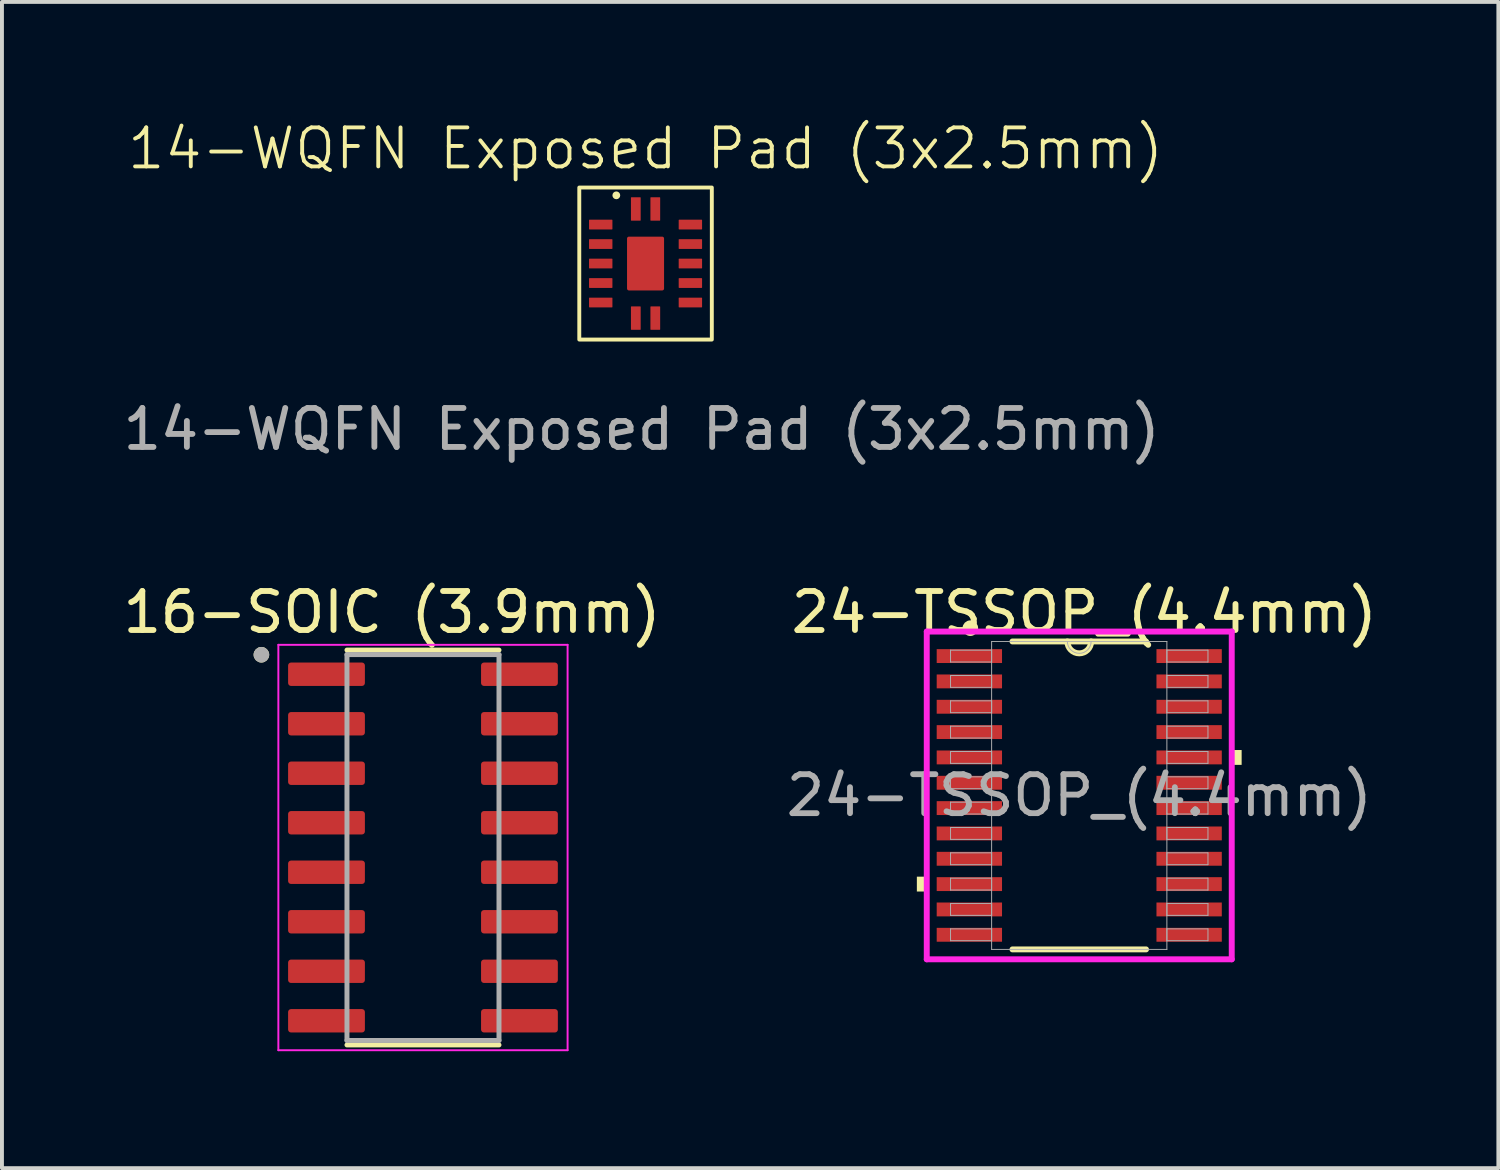
<source format=kicad_pcb>
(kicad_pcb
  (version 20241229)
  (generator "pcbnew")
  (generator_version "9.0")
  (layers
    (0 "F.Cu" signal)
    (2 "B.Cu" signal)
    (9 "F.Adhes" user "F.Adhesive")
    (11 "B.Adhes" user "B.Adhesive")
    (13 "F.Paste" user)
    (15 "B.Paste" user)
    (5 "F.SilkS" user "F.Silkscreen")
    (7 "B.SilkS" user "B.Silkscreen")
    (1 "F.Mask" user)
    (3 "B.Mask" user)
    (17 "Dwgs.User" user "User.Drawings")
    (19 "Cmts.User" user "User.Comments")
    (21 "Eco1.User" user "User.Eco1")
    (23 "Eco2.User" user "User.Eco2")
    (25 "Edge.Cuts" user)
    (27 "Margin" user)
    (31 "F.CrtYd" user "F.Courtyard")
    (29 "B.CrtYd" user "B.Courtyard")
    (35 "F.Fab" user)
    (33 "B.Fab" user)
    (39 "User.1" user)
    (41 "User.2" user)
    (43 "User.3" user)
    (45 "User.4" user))
  (footprint "16-SOIC (3.9mm)"
    (layer "F.Cu")
    (at 7.801 18.692)
    (property "Reference" "16-SOIC (3.9mm)" (at -0.795 -6.035 0) (layer "F.SilkS") (effects (font (size 1 1) (thickness 0.15))))
    (attr smd)
    (fp_line (start -1.95 -5.065) (end 1.95 -5.065) (stroke (width 0.127) (type solid)) (layer "F.SilkS"))
    (fp_line (start -1.95 5.065) (end 1.95 5.065) (stroke (width 0.127) (type solid)) (layer "F.SilkS"))
    (fp_circle (center -4.145 -4.945) (end -4.045 -4.945) (stroke (width 0.2) (type solid)) (fill no) (layer "F.SilkS"))
    (fp_line (start -3.71 -5.2) (end -3.71 5.2) (stroke (width 0.05) (type solid)) (layer "F.CrtYd"))
    (fp_line (start -3.71 -5.2) (end 3.71 -5.2) (stroke (width 0.05) (type solid)) (layer "F.CrtYd"))
    (fp_line (start -3.71 5.2) (end 3.71 5.2) (stroke (width 0.05) (type solid)) (layer "F.CrtYd"))
    (fp_line (start 3.71 -5.2) (end 3.71 5.2) (stroke (width 0.05) (type solid)) (layer "F.CrtYd"))
    (fp_line (start -1.95 -4.95) (end -1.95 4.95) (stroke (width 0.127) (type solid)) (layer "F.Fab"))
    (fp_line (start -1.95 -4.95) (end 1.95 -4.95) (stroke (width 0.127) (type solid)) (layer "F.Fab"))
    (fp_line (start -1.95 4.95) (end 1.95 4.95) (stroke (width 0.127) (type solid)) (layer "F.Fab"))
    (fp_line (start 1.95 -4.95) (end 1.95 4.95) (stroke (width 0.127) (type solid)) (layer "F.Fab"))
    (fp_circle (center -4.145 -4.945) (end -4.045 -4.945) (stroke (width 0.2) (type solid)) (fill no) (layer "F.Fab"))
    (pad "1" smd roundrect (at -2.475 -4.445) (size 1.97 0.6) (layers "F.Cu" "F.Mask" "F.Paste") (roundrect_rratio 0.125))
    (pad "2" smd roundrect (at -2.475 -3.175) (size 1.97 0.6) (layers "F.Cu" "F.Mask" "F.Paste") (roundrect_rratio 0.125))
    (pad "3" smd roundrect (at -2.475 -1.905) (size 1.97 0.6) (layers "F.Cu" "F.Mask" "F.Paste") (roundrect_rratio 0.125))
    (pad "4" smd roundrect (at -2.475 -0.635) (size 1.97 0.6) (layers "F.Cu" "F.Mask" "F.Paste") (roundrect_rratio 0.125))
    (pad "5" smd roundrect (at -2.475 0.635) (size 1.97 0.6) (layers "F.Cu" "F.Mask" "F.Paste") (roundrect_rratio 0.125))
    (pad "6" smd roundrect (at -2.475 1.905) (size 1.97 0.6) (layers "F.Cu" "F.Mask" "F.Paste") (roundrect_rratio 0.125))
    (pad "7" smd roundrect (at -2.475 3.175) (size 1.97 0.6) (layers "F.Cu" "F.Mask" "F.Paste") (roundrect_rratio 0.125))
    (pad "8" smd roundrect (at -2.475 4.445) (size 1.97 0.6) (layers "F.Cu" "F.Mask" "F.Paste") (roundrect_rratio 0.125))
    (pad "9" smd roundrect (at 2.475 4.445) (size 1.97 0.6) (layers "F.Cu" "F.Mask" "F.Paste") (roundrect_rratio 0.125))
    (pad "10" smd roundrect (at 2.475 3.175) (size 1.97 0.6) (layers "F.Cu" "F.Mask" "F.Paste") (roundrect_rratio 0.125))
    (pad "11" smd roundrect (at 2.475 1.905) (size 1.97 0.6) (layers "F.Cu" "F.Mask" "F.Paste") (roundrect_rratio 0.125))
    (pad "12" smd roundrect (at 2.475 0.635) (size 1.97 0.6) (layers "F.Cu" "F.Mask" "F.Paste") (roundrect_rratio 0.125))
    (pad "13" smd roundrect (at 2.475 -0.635) (size 1.97 0.6) (layers "F.Cu" "F.Mask" "F.Paste") (roundrect_rratio 0.125))
    (pad "14" smd roundrect (at 2.475 -1.905) (size 1.97 0.6) (layers "F.Cu" "F.Mask" "F.Paste") (roundrect_rratio 0.125))
    (pad "15" smd roundrect (at 2.475 -3.175) (size 1.97 0.6) (layers "F.Cu" "F.Mask" "F.Paste") (roundrect_rratio 0.125))
    (pad "16" smd roundrect (at 2.475 -4.445) (size 1.97 0.6) (layers "F.Cu" "F.Mask" "F.Paste") (roundrect_rratio 0.125)))
  (footprint "24-TSSOP_(4.4mm)"
    (layer "F.Cu")
    (at 24.637 17.356)
    (property "Reference" "24-TSSOP_(4.4mm)" (at 0.127 -4.699 0) (unlocked yes) (layer "F.SilkS") (effects (font (size 1 1) (thickness 0.15))))
    (attr smd)
    (fp_line (start -1.713 3.95) (end 1.713 3.95) (stroke (width 0.152) (type solid)) (layer "F.SilkS"))
    (fp_line (start 1.713 -3.95) (end -1.713 -3.95) (stroke (width 0.152) (type solid)) (layer "F.SilkS"))
    (fp_arc (start 0.3048 -3.9497) (mid 0 -3.6449) (end -0.3048 -3.9497) (stroke (width 0.1524) (type solid)) (layer "F.SilkS"))
    (fp_circle (center -2.794 -4.291) (end -2.694 -4.291) (stroke (width 0.2) (type solid)) (fill no) (layer "F.SilkS"))
    (fp_poly (pts (xy -4.166 2.084) (xy -4.166 2.465) (xy -3.912 2.465) (xy -3.912 2.084)) (stroke (width 0) (type solid)) (fill yes) (layer "F.SilkS"))
    (fp_poly (pts (xy 4.166 -1.165) (xy 4.166 -0.784) (xy 3.912 -0.784) (xy 3.912 -1.165)) (stroke (width 0) (type solid)) (fill yes) (layer "F.SilkS"))
    (fp_line (start -3.912 -4.204) (end 3.912 -4.204) (stroke (width 0.152) (type solid)) (layer "F.CrtYd"))
    (fp_line (start -3.912 4.204) (end -3.912 -4.204) (stroke (width 0.152) (type solid)) (layer "F.CrtYd"))
    (fp_line (start 3.912 -4.204) (end 3.912 4.204) (stroke (width 0.152) (type solid)) (layer "F.CrtYd"))
    (fp_line (start 3.912 4.204) (end -3.912 4.204) (stroke (width 0.152) (type solid)) (layer "F.CrtYd"))
    (fp_line (start -3.302 -3.727) (end -3.302 -3.423) (stroke (width 0.025) (type solid)) (layer "F.Fab"))
    (fp_line (start -3.302 -3.423) (end -2.248 -3.423) (stroke (width 0.025) (type solid)) (layer "F.Fab"))
    (fp_line (start -3.302 -3.077) (end -3.302 -2.773) (stroke (width 0.025) (type solid)) (layer "F.Fab"))
    (fp_line (start -3.302 -2.773) (end -2.248 -2.773) (stroke (width 0.025) (type solid)) (layer "F.Fab"))
    (fp_line (start -3.302 -2.427) (end -3.302 -2.123) (stroke (width 0.025) (type solid)) (layer "F.Fab"))
    (fp_line (start -3.302 -2.123) (end -2.248 -2.123) (stroke (width 0.025) (type solid)) (layer "F.Fab"))
    (fp_line (start -3.302 -1.777) (end -3.302 -1.473) (stroke (width 0.025) (type solid)) (layer "F.Fab"))
    (fp_line (start -3.302 -1.473) (end -2.248 -1.473) (stroke (width 0.025) (type solid)) (layer "F.Fab"))
    (fp_line (start -3.302 -1.127) (end -3.302 -0.823) (stroke (width 0.025) (type solid)) (layer "F.Fab"))
    (fp_line (start -3.302 -0.823) (end -2.248 -0.823) (stroke (width 0.025) (type solid)) (layer "F.Fab"))
    (fp_line (start -3.302 -0.477) (end -3.302 -0.173) (stroke (width 0.025) (type solid)) (layer "F.Fab"))
    (fp_line (start -3.302 -0.173) (end -2.248 -0.173) (stroke (width 0.025) (type solid)) (layer "F.Fab"))
    (fp_line (start -3.302 0.173) (end -3.302 0.477) (stroke (width 0.025) (type solid)) (layer "F.Fab"))
    (fp_line (start -3.302 0.477) (end -2.248 0.477) (stroke (width 0.025) (type solid)) (layer "F.Fab"))
    (fp_line (start -3.302 0.823) (end -3.302 1.127) (stroke (width 0.025) (type solid)) (layer "F.Fab"))
    (fp_line (start -3.302 1.127) (end -2.248 1.127) (stroke (width 0.025) (type solid)) (layer "F.Fab"))
    (fp_line (start -3.302 1.473) (end -3.302 1.777) (stroke (width 0.025) (type solid)) (layer "F.Fab"))
    (fp_line (start -3.302 1.777) (end -2.248 1.777) (stroke (width 0.025) (type solid)) (layer "F.Fab"))
    (fp_line (start -3.302 2.123) (end -3.302 2.427) (stroke (width 0.025) (type solid)) (layer "F.Fab"))
    (fp_line (start -3.302 2.427) (end -2.248 2.427) (stroke (width 0.025) (type solid)) (layer "F.Fab"))
    (fp_line (start -3.302 2.773) (end -3.302 3.077) (stroke (width 0.025) (type solid)) (layer "F.Fab"))
    (fp_line (start -3.302 3.077) (end -2.248 3.077) (stroke (width 0.025) (type solid)) (layer "F.Fab"))
    (fp_line (start -3.302 3.423) (end -3.302 3.727) (stroke (width 0.025) (type solid)) (layer "F.Fab"))
    (fp_line (start -3.302 3.727) (end -2.248 3.727) (stroke (width 0.025) (type solid)) (layer "F.Fab"))
    (fp_line (start -2.248 -3.95) (end -2.248 3.95) (stroke (width 0.025) (type solid)) (layer "F.Fab"))
    (fp_line (start -2.248 -3.727) (end -3.302 -3.727) (stroke (width 0.025) (type solid)) (layer "F.Fab"))
    (fp_line (start -2.248 -3.423) (end -2.248 -3.727) (stroke (width 0.025) (type solid)) (layer "F.Fab"))
    (fp_line (start -2.248 -3.077) (end -3.302 -3.077) (stroke (width 0.025) (type solid)) (layer "F.Fab"))
    (fp_line (start -2.248 -2.773) (end -2.248 -3.077) (stroke (width 0.025) (type solid)) (layer "F.Fab"))
    (fp_line (start -2.248 -2.427) (end -3.302 -2.427) (stroke (width 0.025) (type solid)) (layer "F.Fab"))
    (fp_line (start -2.248 -2.123) (end -2.248 -2.427) (stroke (width 0.025) (type solid)) (layer "F.Fab"))
    (fp_line (start -2.248 -1.777) (end -3.302 -1.777) (stroke (width 0.025) (type solid)) (layer "F.Fab"))
    (fp_line (start -2.248 -1.473) (end -2.248 -1.777) (stroke (width 0.025) (type solid)) (layer "F.Fab"))
    (fp_line (start -2.248 -1.127) (end -3.302 -1.127) (stroke (width 0.025) (type solid)) (layer "F.Fab"))
    (fp_line (start -2.248 -0.823) (end -2.248 -1.127) (stroke (width 0.025) (type solid)) (layer "F.Fab"))
    (fp_line (start -2.248 -0.477) (end -3.302 -0.477) (stroke (width 0.025) (type solid)) (layer "F.Fab"))
    (fp_line (start -2.248 -0.173) (end -2.248 -0.477) (stroke (width 0.025) (type solid)) (layer "F.Fab"))
    (fp_line (start -2.248 0.173) (end -3.302 0.173) (stroke (width 0.025) (type solid)) (layer "F.Fab"))
    (fp_line (start -2.248 0.477) (end -2.248 0.173) (stroke (width 0.025) (type solid)) (layer "F.Fab"))
    (fp_line (start -2.248 0.823) (end -3.302 0.823) (stroke (width 0.025) (type solid)) (layer "F.Fab"))
    (fp_line (start -2.248 1.127) (end -2.248 0.823) (stroke (width 0.025) (type solid)) (layer "F.Fab"))
    (fp_line (start -2.248 1.473) (end -3.302 1.473) (stroke (width 0.025) (type solid)) (layer "F.Fab"))
    (fp_line (start -2.248 1.777) (end -2.248 1.473) (stroke (width 0.025) (type solid)) (layer "F.Fab"))
    (fp_line (start -2.248 2.123) (end -3.302 2.123) (stroke (width 0.025) (type solid)) (layer "F.Fab"))
    (fp_line (start -2.248 2.427) (end -2.248 2.123) (stroke (width 0.025) (type solid)) (layer "F.Fab"))
    (fp_line (start -2.248 2.773) (end -3.302 2.773) (stroke (width 0.025) (type solid)) (layer "F.Fab"))
    (fp_line (start -2.248 3.077) (end -2.248 2.773) (stroke (width 0.025) (type solid)) (layer "F.Fab"))
    (fp_line (start -2.248 3.423) (end -3.302 3.423) (stroke (width 0.025) (type solid)) (layer "F.Fab"))
    (fp_line (start -2.248 3.727) (end -2.248 3.423) (stroke (width 0.025) (type solid)) (layer "F.Fab"))
    (fp_line (start -2.248 3.95) (end 2.248 3.95) (stroke (width 0.025) (type solid)) (layer "F.Fab"))
    (fp_line (start 2.248 -3.95) (end -2.248 -3.95) (stroke (width 0.025) (type solid)) (layer "F.Fab"))
    (fp_line (start 2.248 -3.727) (end 2.248 -3.423) (stroke (width 0.025) (type solid)) (layer "F.Fab"))
    (fp_line (start 2.248 -3.423) (end 3.302 -3.423) (stroke (width 0.025) (type solid)) (layer "F.Fab"))
    (fp_line (start 2.248 -3.077) (end 2.248 -2.773) (stroke (width 0.025) (type solid)) (layer "F.Fab"))
    (fp_line (start 2.248 -2.773) (end 3.302 -2.773) (stroke (width 0.025) (type solid)) (layer "F.Fab"))
    (fp_line (start 2.248 -2.427) (end 2.248 -2.123) (stroke (width 0.025) (type solid)) (layer "F.Fab"))
    (fp_line (start 2.248 -2.123) (end 3.302 -2.123) (stroke (width 0.025) (type solid)) (layer "F.Fab"))
    (fp_line (start 2.248 -1.777) (end 2.248 -1.473) (stroke (width 0.025) (type solid)) (layer "F.Fab"))
    (fp_line (start 2.248 -1.473) (end 3.302 -1.473) (stroke (width 0.025) (type solid)) (layer "F.Fab"))
    (fp_line (start 2.248 -1.127) (end 2.248 -0.823) (stroke (width 0.025) (type solid)) (layer "F.Fab"))
    (fp_line (start 2.248 -0.823) (end 3.302 -0.823) (stroke (width 0.025) (type solid)) (layer "F.Fab"))
    (fp_line (start 2.248 -0.477) (end 2.248 -0.173) (stroke (width 0.025) (type solid)) (layer "F.Fab"))
    (fp_line (start 2.248 -0.173) (end 3.302 -0.173) (stroke (width 0.025) (type solid)) (layer "F.Fab"))
    (fp_line (start 2.248 0.173) (end 2.248 0.477) (stroke (width 0.025) (type solid)) (layer "F.Fab"))
    (fp_line (start 2.248 0.477) (end 3.302 0.477) (stroke (width 0.025) (type solid)) (layer "F.Fab"))
    (fp_line (start 2.248 0.823) (end 2.248 1.127) (stroke (width 0.025) (type solid)) (layer "F.Fab"))
    (fp_line (start 2.248 1.127) (end 3.302 1.127) (stroke (width 0.025) (type solid)) (layer "F.Fab"))
    (fp_line (start 2.248 1.473) (end 2.248 1.777) (stroke (width 0.025) (type solid)) (layer "F.Fab"))
    (fp_line (start 2.248 1.777) (end 3.302 1.777) (stroke (width 0.025) (type solid)) (layer "F.Fab"))
    (fp_line (start 2.248 2.123) (end 2.248 2.427) (stroke (width 0.025) (type solid)) (layer "F.Fab"))
    (fp_line (start 2.248 2.427) (end 3.302 2.427) (stroke (width 0.025) (type solid)) (layer "F.Fab"))
    (fp_line (start 2.248 2.773) (end 2.248 3.077) (stroke (width 0.025) (type solid)) (layer "F.Fab"))
    (fp_line (start 2.248 3.077) (end 3.302 3.077) (stroke (width 0.025) (type solid)) (layer "F.Fab"))
    (fp_line (start 2.248 3.423) (end 2.248 3.727) (stroke (width 0.025) (type solid)) (layer "F.Fab"))
    (fp_line (start 2.248 3.727) (end 3.302 3.727) (stroke (width 0.025) (type solid)) (layer "F.Fab"))
    (fp_line (start 2.248 3.95) (end 2.248 -3.95) (stroke (width 0.025) (type solid)) (layer "F.Fab"))
    (fp_line (start 3.302 -3.727) (end 2.248 -3.727) (stroke (width 0.025) (type solid)) (layer "F.Fab"))
    (fp_line (start 3.302 -3.423) (end 3.302 -3.727) (stroke (width 0.025) (type solid)) (layer "F.Fab"))
    (fp_line (start 3.302 -3.077) (end 2.248 -3.077) (stroke (width 0.025) (type solid)) (layer "F.Fab"))
    (fp_line (start 3.302 -2.773) (end 3.302 -3.077) (stroke (width 0.025) (type solid)) (layer "F.Fab"))
    (fp_line (start 3.302 -2.427) (end 2.248 -2.427) (stroke (width 0.025) (type solid)) (layer "F.Fab"))
    (fp_line (start 3.302 -2.123) (end 3.302 -2.427) (stroke (width 0.025) (type solid)) (layer "F.Fab"))
    (fp_line (start 3.302 -1.777) (end 2.248 -1.777) (stroke (width 0.025) (type solid)) (layer "F.Fab"))
    (fp_line (start 3.302 -1.473) (end 3.302 -1.777) (stroke (width 0.025) (type solid)) (layer "F.Fab"))
    (fp_line (start 3.302 -1.127) (end 2.248 -1.127) (stroke (width 0.025) (type solid)) (layer "F.Fab"))
    (fp_line (start 3.302 -0.823) (end 3.302 -1.127) (stroke (width 0.025) (type solid)) (layer "F.Fab"))
    (fp_line (start 3.302 -0.477) (end 2.248 -0.477) (stroke (width 0.025) (type solid)) (layer "F.Fab"))
    (fp_line (start 3.302 -0.173) (end 3.302 -0.477) (stroke (width 0.025) (type solid)) (layer "F.Fab"))
    (fp_line (start 3.302 0.173) (end 2.248 0.173) (stroke (width 0.025) (type solid)) (layer "F.Fab"))
    (fp_line (start 3.302 0.477) (end 3.302 0.173) (stroke (width 0.025) (type solid)) (layer "F.Fab"))
    (fp_line (start 3.302 0.823) (end 2.248 0.823) (stroke (width 0.025) (type solid)) (layer "F.Fab"))
    (fp_line (start 3.302 1.127) (end 3.302 0.823) (stroke (width 0.025) (type solid)) (layer "F.Fab"))
    (fp_line (start 3.302 1.473) (end 2.248 1.473) (stroke (width 0.025) (type solid)) (layer "F.Fab"))
    (fp_line (start 3.302 1.777) (end 3.302 1.473) (stroke (width 0.025) (type solid)) (layer "F.Fab"))
    (fp_line (start 3.302 2.123) (end 2.248 2.123) (stroke (width 0.025) (type solid)) (layer "F.Fab"))
    (fp_line (start 3.302 2.427) (end 3.302 2.123) (stroke (width 0.025) (type solid)) (layer "F.Fab"))
    (fp_line (start 3.302 2.773) (end 2.248 2.773) (stroke (width 0.025) (type solid)) (layer "F.Fab"))
    (fp_line (start 3.302 3.077) (end 3.302 2.773) (stroke (width 0.025) (type solid)) (layer "F.Fab"))
    (fp_line (start 3.302 3.423) (end 2.248 3.423) (stroke (width 0.025) (type solid)) (layer "F.Fab"))
    (fp_line (start 3.302 3.727) (end 3.302 3.423) (stroke (width 0.025) (type solid)) (layer "F.Fab"))
    (fp_arc (start 0.3048 -3.9497) (mid 0 -3.6449) (end -0.3048 -3.9497) (stroke (width 0.0254) (type solid)) (layer "F.Fab"))
    (fp_text user "${REFERENCE}" (at 0 0 0) (unlocked yes) (layer "F.Fab") (effects (font (size 1 1) (thickness 0.15))))
    (pad "1" smd rect (at -2.819 -3.575) (size 1.676 0.356) (layers "F.Cu" "F.Mask" "F.Paste"))
    (pad "2" smd rect (at -2.819 -2.925) (size 1.676 0.356) (layers "F.Cu" "F.Mask" "F.Paste"))
    (pad "3" smd rect (at -2.819 -2.275) (size 1.676 0.356) (layers "F.Cu" "F.Mask" "F.Paste"))
    (pad "4" smd rect (at -2.819 -1.625) (size 1.676 0.356) (layers "F.Cu" "F.Mask" "F.Paste"))
    (pad "5" smd rect (at -2.819 -0.975) (size 1.676 0.356) (layers "F.Cu" "F.Mask" "F.Paste"))
    (pad "6" smd rect (at -2.819 -0.325) (size 1.676 0.356) (layers "F.Cu" "F.Mask" "F.Paste"))
    (pad "7" smd rect (at -2.819 0.325) (size 1.676 0.356) (layers "F.Cu" "F.Mask" "F.Paste"))
    (pad "8" smd rect (at -2.819 0.975) (size 1.676 0.356) (layers "F.Cu" "F.Mask" "F.Paste"))
    (pad "9" smd rect (at -2.819 1.625) (size 1.676 0.356) (layers "F.Cu" "F.Mask" "F.Paste"))
    (pad "10" smd rect (at -2.819 2.275) (size 1.676 0.356) (layers "F.Cu" "F.Mask" "F.Paste"))
    (pad "11" smd rect (at -2.819 2.925) (size 1.676 0.356) (layers "F.Cu" "F.Mask" "F.Paste"))
    (pad "12" smd rect (at -2.819 3.575) (size 1.676 0.356) (layers "F.Cu" "F.Mask" "F.Paste"))
    (pad "13" smd rect (at 2.819 3.575) (size 1.676 0.356) (layers "F.Cu" "F.Mask" "F.Paste"))
    (pad "14" smd rect (at 2.819 2.925) (size 1.676 0.356) (layers "F.Cu" "F.Mask" "F.Paste"))
    (pad "15" smd rect (at 2.819 2.275) (size 1.676 0.356) (layers "F.Cu" "F.Mask" "F.Paste"))
    (pad "16" smd rect (at 2.819 1.625) (size 1.676 0.356) (layers "F.Cu" "F.Mask" "F.Paste"))
    (pad "17" smd rect (at 2.819 0.975) (size 1.676 0.356) (layers "F.Cu" "F.Mask" "F.Paste"))
    (pad "18" smd rect (at 2.819 0.325) (size 1.676 0.356) (layers "F.Cu" "F.Mask" "F.Paste"))
    (pad "19" smd rect (at 2.819 -0.325) (size 1.676 0.356) (layers "F.Cu" "F.Mask" "F.Paste"))
    (pad "20" smd rect (at 2.819 -0.975) (size 1.676 0.356) (layers "F.Cu" "F.Mask" "F.Paste"))
    (pad "21" smd rect (at 2.819 -1.625) (size 1.676 0.356) (layers "F.Cu" "F.Mask" "F.Paste"))
    (pad "22" smd rect (at 2.819 -2.275) (size 1.676 0.356) (layers "F.Cu" "F.Mask" "F.Paste"))
    (pad "23" smd rect (at 2.819 -2.925) (size 1.676 0.356) (layers "F.Cu" "F.Mask" "F.Paste"))
    (pad "24" smd rect (at 2.819 -3.575) (size 1.676 0.356) (layers "F.Cu" "F.Mask" "F.Paste")))
  (footprint "14-WQFN Exposed Pad (3x2.5mm)"
    (layer "F.Cu")
    (at 13.511 3.711)
    (property "Reference" "14-WQFN Exposed Pad (3x2.5mm)" (at 0 -2.95 0) (unlocked yes) (layer "F.SilkS") (effects (font (size 1 1) (thickness 0.1))))
    (fp_rect (start -1.7 -1.95) (end 1.7 1.95) (stroke (width 0.1) (type default)) (fill no) (layer "F.SilkS"))
    (fp_circle (center -0.75 -1.75) (end -0.7 -1.75) (stroke (width 0.1) (type default)) (fill no) (layer "F.SilkS"))
    (fp_text user "${REFERENCE}" (at -0.1 4.25 0) (unlocked yes) (layer "F.Fab") (effects (font (size 1 1) (thickness 0.15))))
    (pad "1" smd roundrect (at -0.25 -1.4) (size 0.25 0.6) (layers "F.Cu" "F.Mask" "F.Paste") (roundrect_rratio 0.05))
    (pad "2" smd roundrect (at -1.15 -1) (size 0.6 0.25) (layers "F.Cu" "F.Mask" "F.Paste") (roundrect_rratio 0.05))
    (pad "3" smd roundrect (at -1.15 -0.5) (size 0.6 0.25) (layers "F.Cu" "F.Mask" "F.Paste") (roundrect_rratio 0.05))
    (pad "4" smd roundrect (at -1.15 0) (size 0.6 0.25) (layers "F.Cu" "F.Mask" "F.Paste") (roundrect_rratio 0.05))
    (pad "5" smd roundrect (at -1.15 0.5) (size 0.6 0.25) (layers "F.Cu" "F.Mask" "F.Paste") (roundrect_rratio 0.05))
    (pad "6" smd roundrect (at -1.15 1) (size 0.6 0.25) (layers "F.Cu" "F.Mask" "F.Paste") (roundrect_rratio 0.05))
    (pad "7" smd roundrect (at -0.25 1.4 180) (size 0.25 0.6) (layers "F.Cu" "F.Mask" "F.Paste") (roundrect_rratio 0.05))
    (pad "8" smd roundrect (at 0.25 1.4 180) (size 0.25 0.6) (layers "F.Cu" "F.Mask" "F.Paste") (roundrect_rratio 0.05))
    (pad "9" smd roundrect (at 1.15 1 270) (size 0.25 0.6) (layers "F.Cu" "F.Mask" "F.Paste") (roundrect_rratio 0.05))
    (pad "10" smd roundrect (at 1.15 0.5 270) (size 0.25 0.6) (layers "F.Cu" "F.Mask" "F.Paste") (roundrect_rratio 0.05))
    (pad "11" smd roundrect (at 1.15 0 270) (size 0.25 0.6) (layers "F.Cu" "F.Mask" "F.Paste") (roundrect_rratio 0.05))
    (pad "12" smd roundrect (at 1.15 -0.5 270) (size 0.25 0.6) (layers "F.Cu" "F.Mask" "F.Paste") (roundrect_rratio 0.05))
    (pad "13" smd roundrect (at 1.15 -1 270) (size 0.25 0.6) (layers "F.Cu" "F.Mask" "F.Paste") (roundrect_rratio 0.05))
    (pad "14" smd roundrect (at 0.25 -1.4) (size 0.25 0.6) (layers "F.Cu" "F.Mask" "F.Paste") (roundrect_rratio 0.05))
    (pad "PAD" smd roundrect (at 0 0) (size 0.95 1.38) (layers "F.Cu" "F.Mask" "F.Paste") (roundrect_rratio 0.05)))
  (gr_rect
    (start -3 -3)
    (end 35.389 26.917)
    (stroke (width 0.1) (type default))
    (fill no)
    (layer "Edge.Cuts")))
</source>
